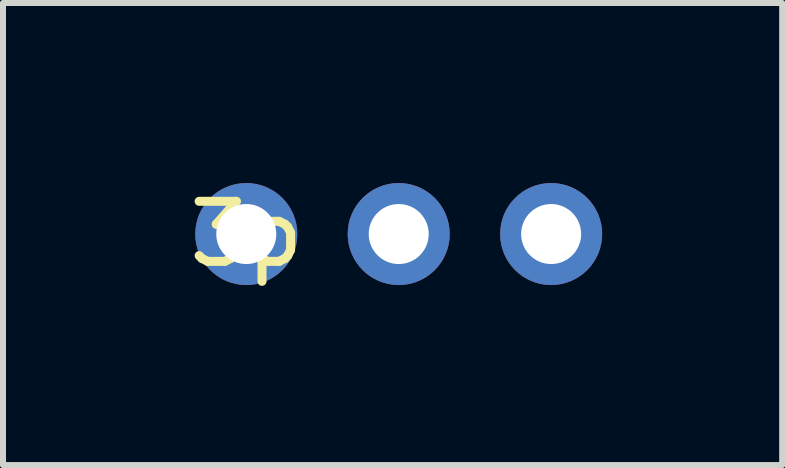
<source format=kicad_pcb>
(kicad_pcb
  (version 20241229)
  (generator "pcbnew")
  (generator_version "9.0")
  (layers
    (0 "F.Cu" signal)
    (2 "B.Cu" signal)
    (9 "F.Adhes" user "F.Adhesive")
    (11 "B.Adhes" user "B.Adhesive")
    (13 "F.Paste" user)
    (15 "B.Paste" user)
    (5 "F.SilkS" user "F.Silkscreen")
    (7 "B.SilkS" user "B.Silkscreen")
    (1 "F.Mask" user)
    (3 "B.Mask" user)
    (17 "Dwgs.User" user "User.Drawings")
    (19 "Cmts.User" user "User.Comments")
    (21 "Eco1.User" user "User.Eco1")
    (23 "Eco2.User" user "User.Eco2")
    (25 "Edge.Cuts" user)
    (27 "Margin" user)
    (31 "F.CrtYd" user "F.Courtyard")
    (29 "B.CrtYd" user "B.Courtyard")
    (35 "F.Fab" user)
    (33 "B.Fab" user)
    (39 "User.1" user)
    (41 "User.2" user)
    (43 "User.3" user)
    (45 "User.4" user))
  (footprint "3p"
    (layer "F.Cu")
    (at 1.054 0.85)
    (property "Reference" "3p" (at 0 0 0) (layer "F.SilkS") (effects (font (size 1 1) (thickness 0.15))))
    (attr through_hole)
    (pad "1" thru_hole circle (at 0 0) (size 1.7 1.7) (drill 1) (layers "*.Cu" "*.Mask"))
    (pad "1" thru_hole circle (at 2.54 0) (size 1.7 1.7) (drill 1) (layers "*.Cu" "*.Mask"))
    (pad "1" thru_hole circle (at 5.08 0) (size 1.7 1.7) (drill 1) (layers "*.Cu" "*.Mask")))
  (gr_rect
    (start -3 -3)
    (end 9.984 4.7)
    (stroke (width 0.1) (type default))
    (fill no)
    (layer "Edge.Cuts")))
</source>
